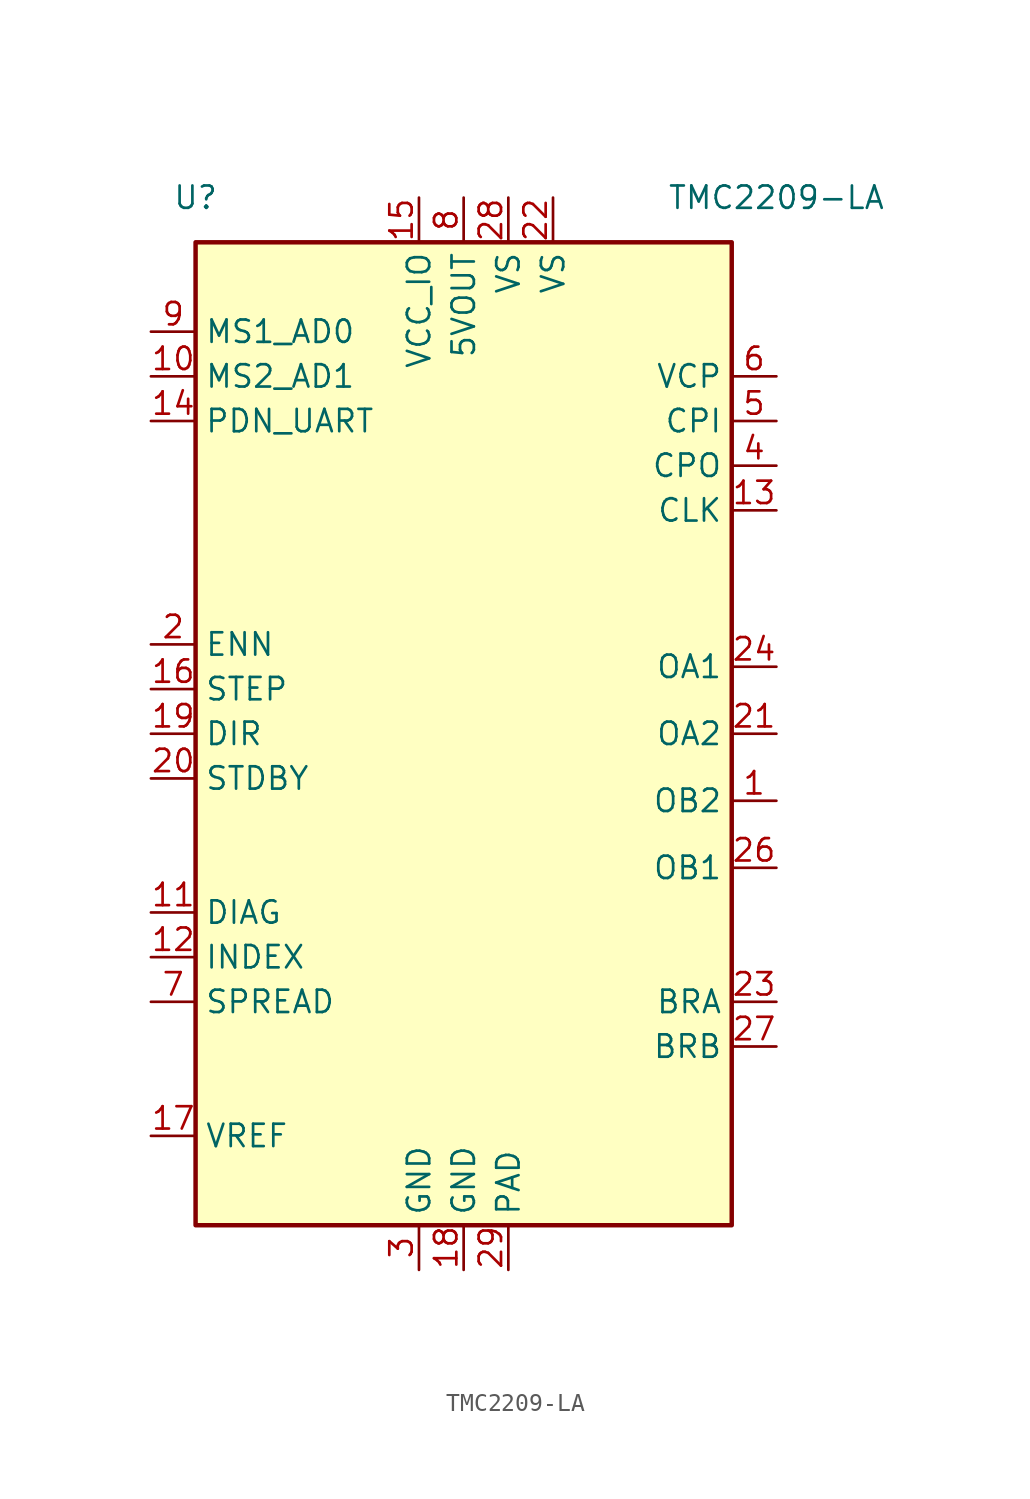
<source format=kicad_sym>
(kicad_symbol_lib
  (version 20220914)
  (generator kicad_symbol_editor)
  (symbol "TMC2209-LA"
    (property "Reference" "U"
      (at -15.24 30.48 0)
      (effects (font (size 1.27 1.27))))
    (property "Value" "TMC2209-LA"
      (at 17.78 30.48 0)
      (effects (font (size 1.27 1.27))))
    (symbol "TMC2209-LA_1_1"
      (rectangle (start -15.24 27.94) (end 15.24 -27.94) (stroke (width 0.254) (type default)) (fill (type background)))
      (pin output line (at 17.78 -3.81 180) (length 2.54) (name "OB2" (effects (font (size 1.27 1.27)))) (number "1" (effects (font (size 1.27 1.27)))))
      (pin input line (at -17.78 20.32 0) (length 2.54) (name "MS2_AD1" (effects (font (size 1.27 1.27)))) (number "10" (effects (font (size 1.27 1.27)))))
      (pin output line (at -17.78 -10.16 0) (length 2.54) (name "DIAG" (effects (font (size 1.27 1.27)))) (number "11" (effects (font (size 1.27 1.27)))))
      (pin output line (at -17.78 -12.7 0) (length 2.54) (name "INDEX" (effects (font (size 1.27 1.27)))) (number "12" (effects (font (size 1.27 1.27)))))
      (pin input line (at 17.78 12.7 180) (length 2.54) (name "CLK" (effects (font (size 1.27 1.27)))) (number "13" (effects (font (size 1.27 1.27)))))
      (pin bidirectional line (at -17.78 17.78 0) (length 2.54) (name "PDN_UART" (effects (font (size 1.27 1.27)))) (number "14" (effects (font (size 1.27 1.27)))))
      (pin power_in line (at -2.54 30.48 270) (length 2.54) (name "VCC_IO" (effects (font (size 1.27 1.27)))) (number "15" (effects (font (size 1.27 1.27)))))
      (pin input line (at -17.78 2.54 0) (length 2.54) (name "STEP" (effects (font (size 1.27 1.27)))) (number "16" (effects (font (size 1.27 1.27)))))
      (pin input line (at -17.78 -22.86 0) (length 2.54) (name "VREF" (effects (font (size 1.27 1.27)))) (number "17" (effects (font (size 1.27 1.27)))))
      (pin power_in line (at 0 -30.48 90) (length 2.54) (name "GND" (effects (font (size 1.27 1.27)))) (number "18" (effects (font (size 1.27 1.27)))))
      (pin input line (at -17.78 0 0) (length 2.54) (name "DIR" (effects (font (size 1.27 1.27)))) (number "19" (effects (font (size 1.27 1.27)))))
      (pin input line (at -17.78 5.08 0) (length 2.54) (name "ENN" (effects (font (size 1.27 1.27)))) (number "2" (effects (font (size 1.27 1.27)))))
      (pin input line (at -17.78 -2.54 0) (length 2.54) (name "STDBY" (effects (font (size 1.27 1.27)))) (number "20" (effects (font (size 1.27 1.27)))))
      (pin output line (at 17.78 0 180) (length 2.54) (name "OA2" (effects (font (size 1.27 1.27)))) (number "21" (effects (font (size 1.27 1.27)))))
      (pin power_in line (at 5.08 30.48 270) (length 2.54) (name "VS" (effects (font (size 1.27 1.27)))) (number "22" (effects (font (size 1.27 1.27)))))
      (pin passive line (at 17.78 -15.24 180) (length 2.54) (name "BRA" (effects (font (size 1.27 1.27)))) (number "23" (effects (font (size 1.27 1.27)))))
      (pin output line (at 17.78 3.81 180) (length 2.54) (name "OA1" (effects (font (size 1.27 1.27)))) (number "24" (effects (font (size 1.27 1.27)))))
      (pin no_connect line (at 15.24 -22.86 180) (length 2.54) hide (name "DNC" (effects (font (size 1.27 1.27)))) (number "25" (effects (font (size 1.27 1.27)))))
      (pin output line (at 17.78 -7.62 180) (length 2.54) (name "OB1" (effects (font (size 1.27 1.27)))) (number "26" (effects (font (size 1.27 1.27)))))
      (pin passive line (at 17.78 -17.78 180) (length 2.54) (name "BRB" (effects (font (size 1.27 1.27)))) (number "27" (effects (font (size 1.27 1.27)))))
      (pin power_in line (at 2.54 30.48 270) (length 2.54) (name "VS" (effects (font (size 1.27 1.27)))) (number "28" (effects (font (size 1.27 1.27)))))
      (pin power_in line (at 2.54 -30.48 90) (length 2.54) (name "PAD" (effects (font (size 1.27 1.27)))) (number "29" (effects (font (size 1.27 1.27)))))
      (pin power_in line (at -2.54 -30.48 90) (length 2.54) (name "GND" (effects (font (size 1.27 1.27)))) (number "3" (effects (font (size 1.27 1.27)))))
      (pin passive line (at 17.78 15.24 180) (length 2.54) (name "CPO" (effects (font (size 1.27 1.27)))) (number "4" (effects (font (size 1.27 1.27)))))
      (pin passive line (at 17.78 17.78 180) (length 2.54) (name "CPI" (effects (font (size 1.27 1.27)))) (number "5" (effects (font (size 1.27 1.27)))))
      (pin passive line (at 17.78 20.32 180) (length 2.54) (name "VCP" (effects (font (size 1.27 1.27)))) (number "6" (effects (font (size 1.27 1.27)))))
      (pin input line (at -17.78 -15.24 0) (length 2.54) (name "SPREAD" (effects (font (size 1.27 1.27)))) (number "7" (effects (font (size 1.27 1.27)))))
      (pin power_out line (at 0 30.48 270) (length 2.54) (name "5VOUT" (effects (font (size 1.27 1.27)))) (number "8" (effects (font (size 1.27 1.27)))))
      (pin input line (at -17.78 22.86 0) (length 2.54) (name "MS1_AD0" (effects (font (size 1.27 1.27)))) (number "9" (effects (font (size 1.27 1.27))))))))
</source>
